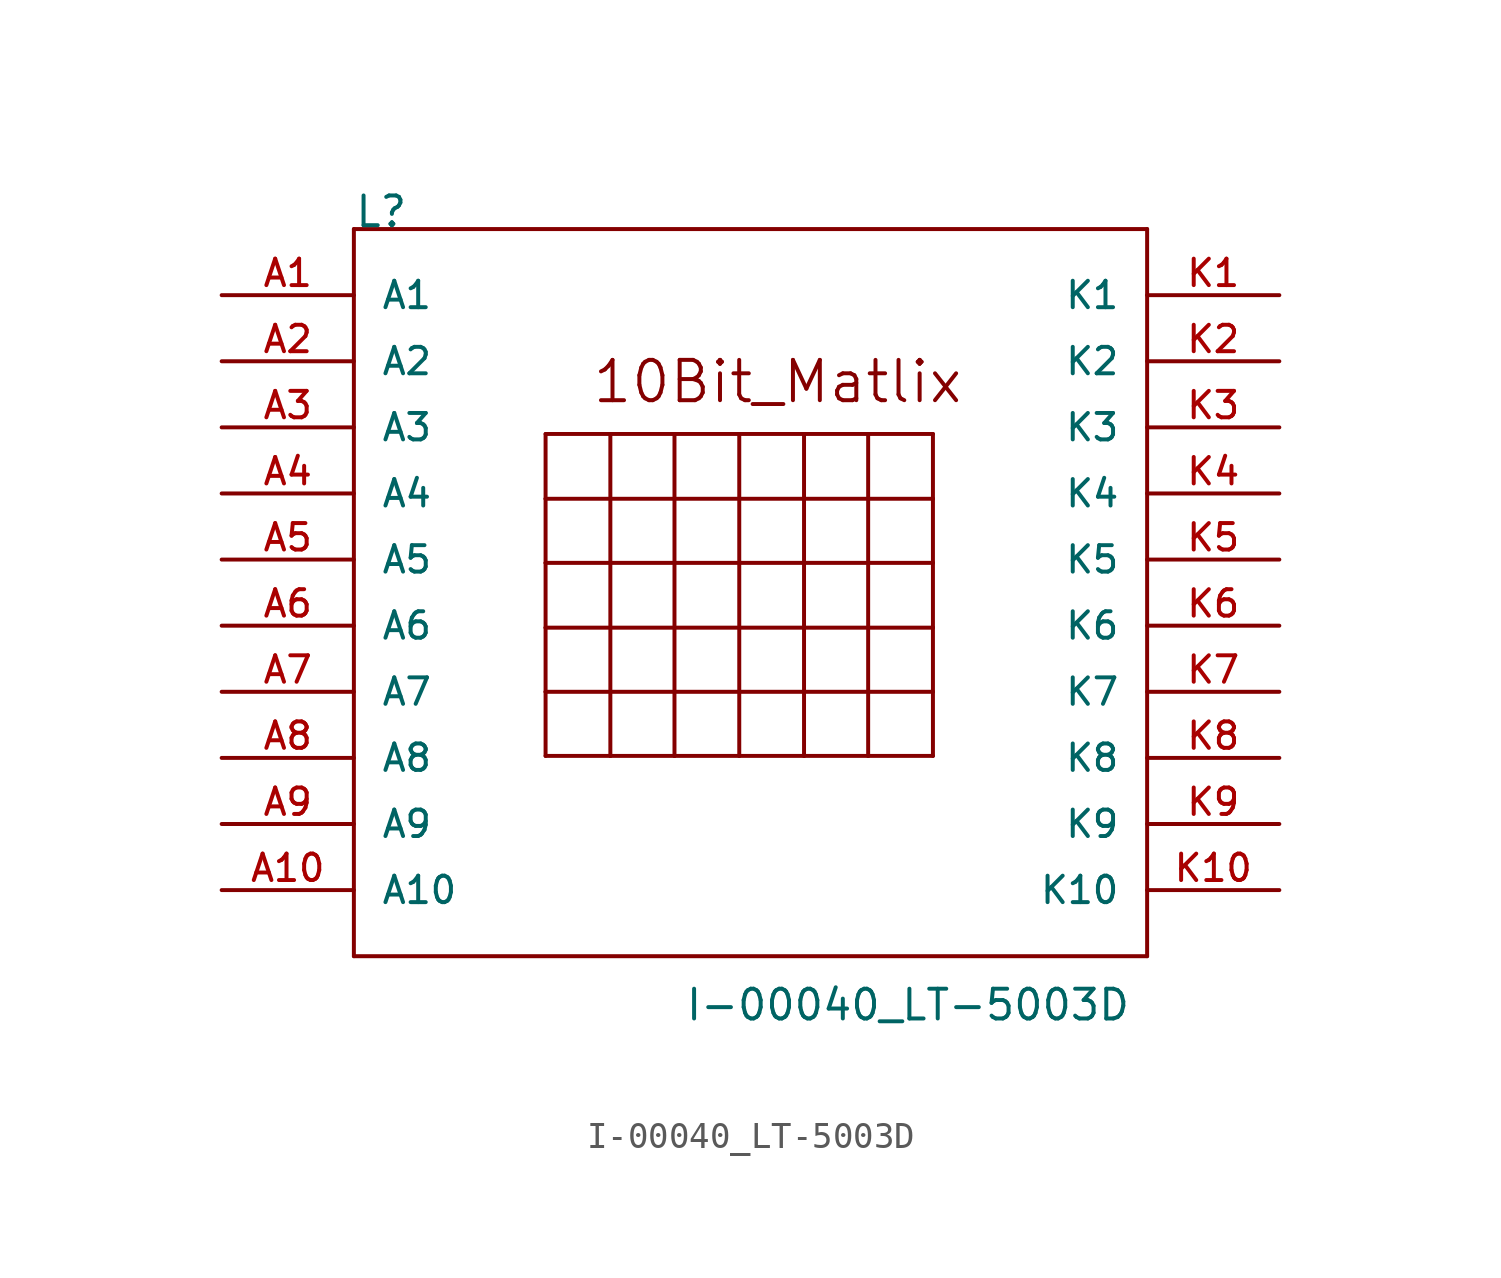
<source format=kicad_sym>
(kicad_symbol_lib
  (version 20211014)
  (generator kicad_symbol_editor)
  (symbol "I-00040_LT-5003D"
    (pin_names
      (offset 1.016))
    (property "Reference" "L"
      (at 2.54 17.78 0)
      (effects (font (size 1.143 1.143)) (justify left bottom)))
    (property "Value" "I-00040_LT-5003D"
      (at 15.24 -12.7 0)
      (effects (font (size 1.143 1.143)) (justify left bottom)))
    (property "ki_locked" ""
      (at 0 0 0)
      (effects (font (size 1.27 1.27))))
    (symbol "I-00040_LT-5003D_1_0"
      (polyline (pts (xy 2.54 -10.16) (xy 2.54 17.78)) (stroke (width 0) (type default) (color 0 0 0 0)) (fill (type none)))
      (polyline (pts (xy 2.54 17.78) (xy 33.02 17.78)) (stroke (width 0) (type default) (color 0 0 0 0)) (fill (type none)))
      (polyline (pts (xy 9.906 -2.464) (xy 9.906 0)) (stroke (width 0) (type default) (color 0 0 0 0)) (fill (type none)))
      (polyline (pts (xy 9.906 0) (xy 9.906 2.464)) (stroke (width 0) (type default) (color 0 0 0 0)) (fill (type none)))
      (polyline (pts (xy 9.906 0) (xy 24.79 0)) (stroke (width 0) (type default) (color 0 0 0 0)) (fill (type none)))
      (polyline (pts (xy 9.906 2.464) (xy 9.906 4.953)) (stroke (width 0) (type default) (color 0 0 0 0)) (fill (type none)))
      (polyline (pts (xy 9.906 2.464) (xy 24.79 2.464)) (stroke (width 0) (type default) (color 0 0 0 0)) (fill (type none)))
      (polyline (pts (xy 9.906 4.953) (xy 9.906 7.417)) (stroke (width 0) (type default) (color 0 0 0 0)) (fill (type none)))
      (polyline (pts (xy 9.906 4.953) (xy 24.79 4.953)) (stroke (width 0) (type default) (color 0 0 0 0)) (fill (type none)))
      (polyline (pts (xy 9.906 7.417) (xy 9.906 9.906)) (stroke (width 0) (type default) (color 0 0 0 0)) (fill (type none)))
      (polyline (pts (xy 9.906 7.417) (xy 24.79 7.417)) (stroke (width 0) (type default) (color 0 0 0 0)) (fill (type none)))
      (polyline (pts (xy 9.906 9.906) (xy 12.395 9.906)) (stroke (width 0) (type default) (color 0 0 0 0)) (fill (type none)))
      (polyline (pts (xy 12.395 -2.464) (xy 9.906 -2.464)) (stroke (width 0) (type default) (color 0 0 0 0)) (fill (type none)))
      (polyline (pts (xy 12.395 9.906) (xy 12.395 -2.464)) (stroke (width 0) (type default) (color 0 0 0 0)) (fill (type none)))
      (polyline (pts (xy 12.395 9.906) (xy 14.859 9.906)) (stroke (width 0) (type default) (color 0 0 0 0)) (fill (type none)))
      (polyline (pts (xy 14.859 -2.464) (xy 12.395 -2.464)) (stroke (width 0) (type default) (color 0 0 0 0)) (fill (type none)))
      (polyline (pts (xy 14.859 9.906) (xy 14.859 -2.464)) (stroke (width 0) (type default) (color 0 0 0 0)) (fill (type none)))
      (polyline (pts (xy 14.859 9.906) (xy 17.348 9.906)) (stroke (width 0) (type default) (color 0 0 0 0)) (fill (type none)))
      (polyline (pts (xy 17.348 -2.464) (xy 14.859 -2.464)) (stroke (width 0) (type default) (color 0 0 0 0)) (fill (type none)))
      (polyline (pts (xy 17.348 9.906) (xy 17.348 -2.464)) (stroke (width 0) (type default) (color 0 0 0 0)) (fill (type none)))
      (polyline (pts (xy 17.348 9.906) (xy 19.837 9.906)) (stroke (width 0) (type default) (color 0 0 0 0)) (fill (type none)))
      (polyline (pts (xy 19.837 -2.464) (xy 17.348 -2.464)) (stroke (width 0) (type default) (color 0 0 0 0)) (fill (type none)))
      (polyline (pts (xy 19.837 9.906) (xy 19.837 -2.464)) (stroke (width 0) (type default) (color 0 0 0 0)) (fill (type none)))
      (polyline (pts (xy 19.837 9.906) (xy 22.301 9.906)) (stroke (width 0) (type default) (color 0 0 0 0)) (fill (type none)))
      (polyline (pts (xy 22.301 -2.464) (xy 19.837 -2.464)) (stroke (width 0) (type default) (color 0 0 0 0)) (fill (type none)))
      (polyline (pts (xy 22.301 9.906) (xy 22.301 -2.464)) (stroke (width 0) (type default) (color 0 0 0 0)) (fill (type none)))
      (polyline (pts (xy 22.301 9.906) (xy 24.79 9.906)) (stroke (width 0) (type default) (color 0 0 0 0)) (fill (type none)))
      (polyline (pts (xy 24.79 -2.464) (xy 22.301 -2.464)) (stroke (width 0) (type default) (color 0 0 0 0)) (fill (type none)))
      (polyline (pts (xy 24.79 0) (xy 24.79 -2.464)) (stroke (width 0) (type default) (color 0 0 0 0)) (fill (type none)))
      (polyline (pts (xy 24.79 2.464) (xy 24.79 0)) (stroke (width 0) (type default) (color 0 0 0 0)) (fill (type none)))
      (polyline (pts (xy 24.79 4.953) (xy 24.79 2.464)) (stroke (width 0) (type default) (color 0 0 0 0)) (fill (type none)))
      (polyline (pts (xy 24.79 7.417) (xy 24.79 4.953)) (stroke (width 0) (type default) (color 0 0 0 0)) (fill (type none)))
      (polyline (pts (xy 24.79 9.906) (xy 24.79 7.417)) (stroke (width 0) (type default) (color 0 0 0 0)) (fill (type none)))
      (polyline (pts (xy 33.02 -10.16) (xy 2.54 -10.16)) (stroke (width 0) (type default) (color 0 0 0 0)) (fill (type none)))
      (polyline (pts (xy 33.02 17.78) (xy 33.02 -10.16)) (stroke (width 0) (type default) (color 0 0 0 0)) (fill (type none)))
      (text "10Bit_Matlix" (at 18.821 11.913 0) (effects (font (size 1.549 1.549)))))
    (symbol "I-00040_LT-5003D_1_1"
      (pin bidirectional line (at -2.54 15.24 0) (length 5.08) (name "A1" (effects (font (size 1.016 1.016)))) (number "A1" (effects (font (size 1.016 1.016)))))
      (pin bidirectional line (at -2.54 -7.62 0) (length 5.08) (name "A10" (effects (font (size 1.016 1.016)))) (number "A10" (effects (font (size 1.016 1.016)))))
      (pin bidirectional line (at -2.54 12.7 0) (length 5.08) (name "A2" (effects (font (size 1.016 1.016)))) (number "A2" (effects (font (size 1.016 1.016)))))
      (pin bidirectional line (at -2.54 10.16 0) (length 5.08) (name "A3" (effects (font (size 1.016 1.016)))) (number "A3" (effects (font (size 1.016 1.016)))))
      (pin bidirectional line (at -2.54 7.62 0) (length 5.08) (name "A4" (effects (font (size 1.016 1.016)))) (number "A4" (effects (font (size 1.016 1.016)))))
      (pin bidirectional line (at -2.54 5.08 0) (length 5.08) (name "A5" (effects (font (size 1.016 1.016)))) (number "A5" (effects (font (size 1.016 1.016)))))
      (pin bidirectional line (at -2.54 2.54 0) (length 5.08) (name "A6" (effects (font (size 1.016 1.016)))) (number "A6" (effects (font (size 1.016 1.016)))))
      (pin bidirectional line (at -2.54 0 0) (length 5.08) (name "A7" (effects (font (size 1.016 1.016)))) (number "A7" (effects (font (size 1.016 1.016)))))
      (pin bidirectional line (at -2.54 -2.54 0) (length 5.08) (name "A8" (effects (font (size 1.016 1.016)))) (number "A8" (effects (font (size 1.016 1.016)))))
      (pin bidirectional line (at -2.54 -5.08 0) (length 5.08) (name "A9" (effects (font (size 1.016 1.016)))) (number "A9" (effects (font (size 1.016 1.016)))))
      (pin bidirectional line (at 38.1 15.24 180) (length 5.08) (name "K1" (effects (font (size 1.016 1.016)))) (number "K1" (effects (font (size 1.016 1.016)))))
      (pin bidirectional line (at 38.1 -7.62 180) (length 5.08) (name "K10" (effects (font (size 1.016 1.016)))) (number "K10" (effects (font (size 1.016 1.016)))))
      (pin bidirectional line (at 38.1 12.7 180) (length 5.08) (name "K2" (effects (font (size 1.016 1.016)))) (number "K2" (effects (font (size 1.016 1.016)))))
      (pin bidirectional line (at 38.1 10.16 180) (length 5.08) (name "K3" (effects (font (size 1.016 1.016)))) (number "K3" (effects (font (size 1.016 1.016)))))
      (pin bidirectional line (at 38.1 7.62 180) (length 5.08) (name "K4" (effects (font (size 1.016 1.016)))) (number "K4" (effects (font (size 1.016 1.016)))))
      (pin bidirectional line (at 38.1 5.08 180) (length 5.08) (name "K5" (effects (font (size 1.016 1.016)))) (number "K5" (effects (font (size 1.016 1.016)))))
      (pin bidirectional line (at 38.1 2.54 180) (length 5.08) (name "K6" (effects (font (size 1.016 1.016)))) (number "K6" (effects (font (size 1.016 1.016)))))
      (pin bidirectional line (at 38.1 0 180) (length 5.08) (name "K7" (effects (font (size 1.016 1.016)))) (number "K7" (effects (font (size 1.016 1.016)))))
      (pin bidirectional line (at 38.1 -2.54 180) (length 5.08) (name "K8" (effects (font (size 1.016 1.016)))) (number "K8" (effects (font (size 1.016 1.016)))))
      (pin bidirectional line (at 38.1 -5.08 180) (length 5.08) (name "K9" (effects (font (size 1.016 1.016)))) (number "K9" (effects (font (size 1.016 1.016))))))))
</source>
